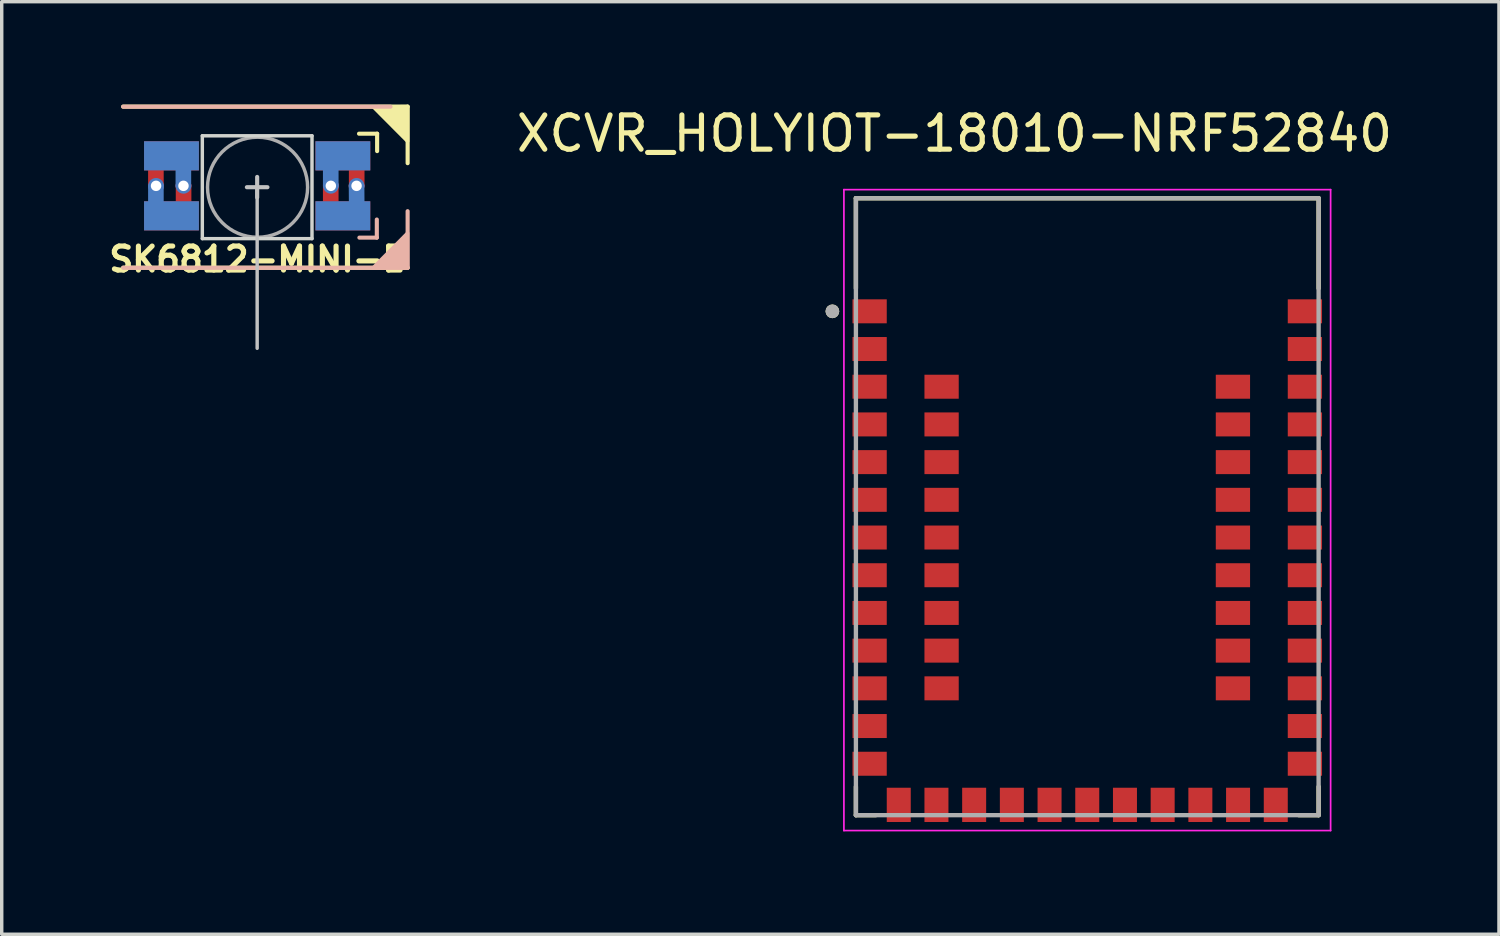
<source format=kicad_pcb>
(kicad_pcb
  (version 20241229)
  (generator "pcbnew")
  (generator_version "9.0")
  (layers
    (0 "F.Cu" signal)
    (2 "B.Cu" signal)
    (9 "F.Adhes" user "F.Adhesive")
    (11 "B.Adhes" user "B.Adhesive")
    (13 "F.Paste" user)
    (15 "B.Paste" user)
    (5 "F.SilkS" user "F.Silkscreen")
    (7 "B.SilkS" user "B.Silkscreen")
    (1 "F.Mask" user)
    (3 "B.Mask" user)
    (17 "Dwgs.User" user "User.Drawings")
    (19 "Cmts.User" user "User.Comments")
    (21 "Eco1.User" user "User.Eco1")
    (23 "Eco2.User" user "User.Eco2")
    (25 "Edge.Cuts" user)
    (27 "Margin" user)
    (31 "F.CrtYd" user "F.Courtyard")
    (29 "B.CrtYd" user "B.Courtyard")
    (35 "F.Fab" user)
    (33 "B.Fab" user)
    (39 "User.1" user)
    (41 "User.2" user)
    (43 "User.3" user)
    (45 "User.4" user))
  (footprint "XCVR_HOLYIOT-18010-NRF52840"
    (layer "F.Cu")
    (at 28.672 11.733)
    (property "Reference" "XCVR_HOLYIOT-18010-NRF52840" (at -3.875 -10.885 0) (layer "F.SilkS") (effects (font (size 1 1) (thickness 0.15))))
    (attr smd)
    (fp_line (start -6.75 -9) (end 6.75 -9) (stroke (width 0.127) (type solid)) (layer "F.SilkS"))
    (fp_line (start -6.75 -6.37) (end -6.75 -9) (stroke (width 0.127) (type solid)) (layer "F.SilkS"))
    (fp_line (start -6.75 9) (end -6.75 8.17) (stroke (width 0.127) (type solid)) (layer "F.SilkS"))
    (fp_line (start -6.17 9) (end -6.75 9) (stroke (width 0.127) (type solid)) (layer "F.SilkS"))
    (fp_line (start 6.75 -9) (end 6.75 -6.37) (stroke (width 0.127) (type solid)) (layer "F.SilkS"))
    (fp_line (start 6.75 9) (end 6.17 9) (stroke (width 0.127) (type solid)) (layer "F.SilkS"))
    (fp_line (start 6.75 9) (end 6.75 8.17) (stroke (width 0.127) (type solid)) (layer "F.SilkS"))
    (fp_circle (center -7.436 -5.7) (end -7.336 -5.7) (stroke (width 0.2) (type solid)) (fill no) (layer "F.SilkS"))
    (fp_line (start -7.1 -9.25) (end -7.1 9.45) (stroke (width 0.05) (type solid)) (layer "F.CrtYd"))
    (fp_line (start -7.1 9.45) (end 7.1 9.45) (stroke (width 0.05) (type solid)) (layer "F.CrtYd"))
    (fp_line (start 7.1 -9.25) (end -7.1 -9.25) (stroke (width 0.05) (type solid)) (layer "F.CrtYd"))
    (fp_line (start 7.1 9.45) (end 7.1 -9.25) (stroke (width 0.05) (type solid)) (layer "F.CrtYd"))
    (fp_line (start -6.75 -9) (end 6.75 -9) (stroke (width 0.127) (type solid)) (layer "F.Fab"))
    (fp_line (start -6.75 9) (end -6.75 -9) (stroke (width 0.127) (type solid)) (layer "F.Fab"))
    (fp_line (start 6.75 -9) (end 6.75 9) (stroke (width 0.127) (type solid)) (layer "F.Fab"))
    (fp_line (start 6.75 9) (end -6.75 9) (stroke (width 0.127) (type solid)) (layer "F.Fab"))
    (fp_circle (center -7.436 -5.7) (end -7.336 -5.7) (stroke (width 0.2) (type solid)) (fill no) (layer "F.Fab"))
    (pad "1" smd rect (at -6.35 -5.7) (size 1 0.7) (layers "F.Cu" "F.Mask" "F.Paste"))
    (pad "2" smd rect (at -6.35 -4.6) (size 1 0.7) (layers "F.Cu" "F.Mask" "F.Paste"))
    (pad "3" smd rect (at -6.35 -3.5) (size 1 0.7) (layers "F.Cu" "F.Mask" "F.Paste"))
    (pad "4" smd rect (at -6.35 -2.4) (size 1 0.7) (layers "F.Cu" "F.Mask" "F.Paste"))
    (pad "5" smd rect (at -6.35 -1.3) (size 1 0.7) (layers "F.Cu" "F.Mask" "F.Paste"))
    (pad "6" smd rect (at -6.35 -0.2) (size 1 0.7) (layers "F.Cu" "F.Mask" "F.Paste"))
    (pad "7" smd rect (at -6.35 0.9) (size 1 0.7) (layers "F.Cu" "F.Mask" "F.Paste"))
    (pad "8" smd rect (at -6.35 2) (size 1 0.7) (layers "F.Cu" "F.Mask" "F.Paste"))
    (pad "9" smd rect (at -6.35 3.1) (size 1 0.7) (layers "F.Cu" "F.Mask" "F.Paste"))
    (pad "10" smd rect (at -6.35 4.2) (size 1 0.7) (layers "F.Cu" "F.Mask" "F.Paste"))
    (pad "11" smd rect (at -6.35 5.3) (size 1 0.7) (layers "F.Cu" "F.Mask" "F.Paste"))
    (pad "12" smd rect (at -6.35 6.4) (size 1 0.7) (layers "F.Cu" "F.Mask" "F.Paste"))
    (pad "13" smd rect (at -6.35 7.5) (size 1 0.7) (layers "F.Cu" "F.Mask" "F.Paste"))
    (pad "14" smd rect (at -5.5 8.7) (size 0.7 1) (layers "F.Cu" "F.Mask" "F.Paste"))
    (pad "15" smd rect (at -4.4 8.7) (size 0.7 1) (layers "F.Cu" "F.Mask" "F.Paste"))
    (pad "16" smd rect (at -3.3 8.7) (size 0.7 1) (layers "F.Cu" "F.Mask" "F.Paste"))
    (pad "17" smd rect (at -2.2 8.7) (size 0.7 1) (layers "F.Cu" "F.Mask" "F.Paste"))
    (pad "18" smd rect (at -1.1 8.7) (size 0.7 1) (layers "F.Cu" "F.Mask" "F.Paste"))
    (pad "19" smd rect (at 0 8.7) (size 0.7 1) (layers "F.Cu" "F.Mask" "F.Paste"))
    (pad "20" smd rect (at 1.1 8.7) (size 0.7 1) (layers "F.Cu" "F.Mask" "F.Paste"))
    (pad "21" smd rect (at 2.2 8.7) (size 0.7 1) (layers "F.Cu" "F.Mask" "F.Paste"))
    (pad "22" smd rect (at 3.3 8.7) (size 0.7 1) (layers "F.Cu" "F.Mask" "F.Paste"))
    (pad "23" smd rect (at 4.4 8.7) (size 0.7 1) (layers "F.Cu" "F.Mask" "F.Paste"))
    (pad "24" smd rect (at 5.5 8.7) (size 0.7 1) (layers "F.Cu" "F.Mask" "F.Paste"))
    (pad "25" smd rect (at 6.35 7.5) (size 1 0.7) (layers "F.Cu" "F.Mask" "F.Paste"))
    (pad "26" smd rect (at 6.35 6.4) (size 1 0.7) (layers "F.Cu" "F.Mask" "F.Paste"))
    (pad "27" smd rect (at 6.35 5.3) (size 1 0.7) (layers "F.Cu" "F.Mask" "F.Paste"))
    (pad "28" smd rect (at 6.35 4.2) (size 1 0.7) (layers "F.Cu" "F.Mask" "F.Paste"))
    (pad "29" smd rect (at 6.35 3.1) (size 1 0.7) (layers "F.Cu" "F.Mask" "F.Paste"))
    (pad "30" smd rect (at 6.35 2) (size 1 0.7) (layers "F.Cu" "F.Mask" "F.Paste"))
    (pad "31" smd rect (at 6.35 0.9) (size 1 0.7) (layers "F.Cu" "F.Mask" "F.Paste"))
    (pad "32" smd rect (at 6.35 -0.2) (size 1 0.7) (layers "F.Cu" "F.Mask" "F.Paste"))
    (pad "33" smd rect (at 6.35 -1.3) (size 1 0.7) (layers "F.Cu" "F.Mask" "F.Paste"))
    (pad "34" smd rect (at 6.35 -2.4) (size 1 0.7) (layers "F.Cu" "F.Mask" "F.Paste"))
    (pad "35" smd rect (at 6.35 -3.5) (size 1 0.7) (layers "F.Cu" "F.Mask" "F.Paste"))
    (pad "36" smd rect (at 6.35 -4.6) (size 1 0.7) (layers "F.Cu" "F.Mask" "F.Paste"))
    (pad "37" smd rect (at 6.35 -5.7) (size 1 0.7) (layers "F.Cu" "F.Mask" "F.Paste"))
    (pad "38" smd rect (at -4.25 -3.5) (size 1 0.7) (layers "F.Cu" "F.Mask" "F.Paste"))
    (pad "39" smd rect (at -4.25 -2.4) (size 1 0.7) (layers "F.Cu" "F.Mask" "F.Paste"))
    (pad "40" smd rect (at -4.25 -1.3) (size 1 0.7) (layers "F.Cu" "F.Mask" "F.Paste"))
    (pad "41" smd rect (at -4.25 -0.2) (size 1 0.7) (layers "F.Cu" "F.Mask" "F.Paste"))
    (pad "42" smd rect (at -4.25 0.9) (size 1 0.7) (layers "F.Cu" "F.Mask" "F.Paste"))
    (pad "43" smd rect (at -4.25 2) (size 1 0.7) (layers "F.Cu" "F.Mask" "F.Paste"))
    (pad "44" smd rect (at -4.25 3.1) (size 1 0.7) (layers "F.Cu" "F.Mask" "F.Paste"))
    (pad "45" smd rect (at -4.25 4.2) (size 1 0.7) (layers "F.Cu" "F.Mask" "F.Paste"))
    (pad "46" smd rect (at -4.25 5.3) (size 1 0.7) (layers "F.Cu" "F.Mask" "F.Paste"))
    (pad "47" smd rect (at 4.25 -3.5) (size 1 0.7) (layers "F.Cu" "F.Mask" "F.Paste"))
    (pad "48" smd rect (at 4.25 -2.4) (size 1 0.7) (layers "F.Cu" "F.Mask" "F.Paste"))
    (pad "49" smd rect (at 4.25 -1.3) (size 1 0.7) (layers "F.Cu" "F.Mask" "F.Paste"))
    (pad "50" smd rect (at 4.25 -0.2) (size 1 0.7) (layers "F.Cu" "F.Mask" "F.Paste"))
    (pad "51" smd rect (at 4.25 0.9) (size 1 0.7) (layers "F.Cu" "F.Mask" "F.Paste"))
    (pad "52" smd rect (at 4.25 2) (size 1 0.7) (layers "F.Cu" "F.Mask" "F.Paste"))
    (pad "53" smd rect (at 4.25 3.1) (size 1 0.7) (layers "F.Cu" "F.Mask" "F.Paste"))
    (pad "54" smd rect (at 4.25 4.2) (size 1 0.7) (layers "F.Cu" "F.Mask" "F.Paste"))
    (pad "55" smd rect (at 4.25 5.3) (size 1 0.7) (layers "F.Cu" "F.Mask" "F.Paste"))
    (zone (net_name "") (layer "F.Cu") (hatch full 0.508) (connect_pads) (min_thickness 0.01) (filled_areas_thickness no) (keepout (tracks not_allowed) (vias not_allowed) (pads not_allowed) (copperpour not_allowed) (footprints allowed)) (placement (enabled no)) (fill) (polygon (pts (xy 21.872 2.733) (xy 35.472 2.733) (xy 35.472 5.683) (xy 21.872 5.683))))
    (zone (net_name "") (layers "F.Cu" "B.Cu") (hatch full 0.508) (connect_pads) (min_thickness 0.01) (filled_areas_thickness no) (keepout (tracks allowed) (vias not_allowed) (pads allowed) (copperpour allowed) (footprints allowed)) (placement (enabled no)) (fill) (polygon (pts (xy 21.872 2.733) (xy 35.472 2.733) (xy 35.472 5.683) (xy 21.872 5.683))))
    (zone (net_name "") (layer "B.Cu") (hatch full 0.508) (connect_pads) (min_thickness 0.01) (filled_areas_thickness no) (keepout (tracks not_allowed) (vias not_allowed) (pads not_allowed) (copperpour not_allowed) (footprints allowed)) (placement (enabled no)) (fill) (polygon (pts (xy 21.872 2.733) (xy 35.472 2.733) (xy 35.472 5.683) (xy 21.872 5.683)))))
  (footprint "SK6812-MINI-E"
    (layer "F.Cu")
    (at 4.455 7.113)
    (property "Reference" "SK6812-MINI-E" (at 0 -2.6 0) (unlocked yes) (layer "F.SilkS") (effects (font (size 0.7 0.7) (thickness 0.15))))
    (attr through_hole)
    (fp_poly (pts (xy -3.252 -5.991) (xy -1.752 -5.991) (xy -1.752 -5.241) (xy -3.252 -5.241)) (stroke (width 0.1) (type solid)) (fill yes) (layer "F.Mask"))
    (fp_poly (pts (xy -3.252 -4.241) (xy -1.752 -4.241) (xy -1.752 -3.491) (xy -3.252 -3.491)) (stroke (width 0.1) (type solid)) (fill yes) (layer "F.Mask"))
    (fp_poly (pts (xy 1.748 -4.241) (xy 3.248 -4.241) (xy 3.248 -3.491) (xy 1.748 -3.491)) (stroke (width 0.1) (type solid)) (fill yes) (layer "F.Mask"))
    (fp_poly (pts (xy 1.748 -5.991) (xy 2.848 -5.991) (xy 3.248 -5.591) (xy 3.248 -5.241) (xy 1.748 -5.241)) (stroke (width 0.1) (type solid)) (fill yes) (layer "F.Mask"))
    (fp_poly (pts (xy -3.252 -5.991) (xy -1.752 -5.991) (xy -1.752 -5.241) (xy -3.252 -5.241)) (stroke (width 0.1) (type solid)) (fill yes) (layer "B.Mask"))
    (fp_poly (pts (xy -3.252 -4.241) (xy -1.752 -4.241) (xy -1.752 -3.491) (xy -3.252 -3.491)) (stroke (width 0.1) (type solid)) (fill yes) (layer "B.Mask"))
    (fp_poly (pts (xy 1.748 -5.991) (xy 3.248 -5.991) (xy 3.248 -5.241) (xy 1.748 -5.241)) (stroke (width 0.1) (type solid)) (fill yes) (layer "B.Mask"))
    (fp_poly (pts (xy 1.748 -4.241) (xy 3.248 -4.241) (xy 3.248 -3.916) (xy 2.848 -3.491) (xy 1.748 -3.491)) (stroke (width 0.1) (type solid)) (fill yes) (layer "B.Mask"))
    (fp_line (start -3.912 -7.053) (end 4.388 -7.053) (stroke (width 0.12) (type solid)) (layer "F.SilkS"))
    (fp_line (start 3.498 -6.262) (end 2.97 -6.262) (stroke (width 0.12) (type solid)) (layer "F.SilkS"))
    (fp_line (start 3.498 -5.754) (end 3.498 -6.262) (stroke (width 0.12) (type solid)) (layer "F.SilkS"))
    (fp_line (start 4.388 -7.053) (end 4.388 -5.402) (stroke (width 0.12) (type solid)) (layer "F.SilkS"))
    (fp_line (start 4.388 -2.35) (end -3.912 -2.353) (stroke (width 0.12) (type solid)) (layer "F.SilkS"))
    (fp_poly (pts (xy 3.38 -7.05) (xy 4.388 -7.053) (xy 4.388 -6.037)) (stroke (width 0.1) (type solid)) (fill yes) (layer "F.SilkS"))
    (fp_line (start -3.912 -2.35) (end 4.388 -2.35) (stroke (width 0.12) (type solid)) (layer "B.SilkS"))
    (fp_line (start 2.981 -3.23) (end 3.489 -3.23) (stroke (width 0.12) (type solid)) (layer "B.SilkS"))
    (fp_line (start 3.489 -3.23) (end 3.489 -3.758) (stroke (width 0.12) (type solid)) (layer "B.SilkS"))
    (fp_line (start 3.888 -7.05) (end -3.912 -7.05) (stroke (width 0.12) (type solid)) (layer "B.SilkS"))
    (fp_line (start 4.388 -2.35) (end 4.388 -4.001) (stroke (width 0.12) (type solid)) (layer "B.SilkS"))
    (fp_poly (pts (xy 4.388 -3.366) (xy 4.388 -2.35) (xy 3.38 -2.35)) (stroke (width 0.1) (type solid)) (fill yes) (layer "B.SilkS"))
    (fp_line (start -0.302 -4.701) (end 0.298 -4.701) (stroke (width 0.12) (type solid)) (layer "Dwgs.User"))
    (fp_line (start -0.002 -4.701) (end -0.002 -0.001) (stroke (width 0.1) (type default)) (layer "Dwgs.User"))
    (fp_line (start -0.002 -4.401) (end -0.002 -5.001) (stroke (width 0.12) (type solid)) (layer "Dwgs.User"))
    (fp_line (start -1.602 -6.201) (end -1.602 -3.201) (stroke (width 0.1) (type solid)) (layer "Edge.Cuts"))
    (fp_line (start -1.602 -6.201) (end 1.598 -6.201) (stroke (width 0.1) (type solid)) (layer "Edge.Cuts"))
    (fp_line (start -1.602 -3.201) (end 1.598 -3.201) (stroke (width 0.1) (type solid)) (layer "Edge.Cuts"))
    (fp_line (start 1.598 -3.201) (end 1.598 -6.201) (stroke (width 0.1) (type solid)) (layer "Edge.Cuts"))
    (fp_circle (center 0.01 -4.7) (end 0.062 -6.159) (stroke (width 0.1) (type solid)) (fill no) (layer "F.Fab"))
    (pad "1" smd custom (at -2.502 -5.616) (size 1.6 0.85) (layers "B.Cu") (options (anchor rect)) (primitives (gr_poly (pts (xy 0.525 0.896) (xy 0.169 0.896) (xy 0.169 0.325) (xy 0.525 0.325)) (width 0.1) (fill yes))))
    (pad "1" smd custom (at -2.502 -3.866) (size 1.6 0.85) (layers "F.Cu") (options (anchor rect)) (primitives (gr_poly (pts (xy 0.531 -0.275) (xy 0.175 -0.275) (xy 0.175 -0.898) (xy 0.531 -0.898)) (width 0.1) (fill yes))))
    (pad "1" thru_hole circle (at -2.152 -4.741 180) (size 0.457 0.457) (drill 0.305) (layers "*.Cu"))
    (pad "2" thru_hole circle (at -2.952 -4.741 180) (size 0.457 0.457) (drill 0.305) (layers "*.Cu"))
    (pad "2" smd custom (at -2.502 -5.616 180) (size 1.6 0.85) (layers "F.Cu") (options (anchor rect)) (primitives (gr_poly (pts (xy 0.632 -0.296) (xy 0.277 -0.296) (xy 0.277 -0.869) (xy 0.632 -0.869)) (width 0.1) (fill yes))))
    (pad "2" smd custom (at -2.502 -3.866 180) (size 1.6 0.85) (layers "B.Cu") (options (anchor rect)) (primitives (gr_poly (pts (xy 0.632 0.888) (xy 0.277 0.888) (xy 0.277 0.325) (xy 0.632 0.325)) (width 0.1) (fill yes))))
    (pad "3" smd custom (at 2.498 -5.616 180) (size 1.6 0.85) (layers "F.Cu") (options (anchor rect)) (primitives (gr_poly (pts (xy -0.226 -0.354) (xy -0.582 -0.354) (xy -0.582 -0.887) (xy -0.226 -0.887)) (width 0.1) (fill yes))))
    (pad "3" smd custom (at 2.498 -3.866 180) (size 1.6 0.85) (layers "B.Cu") (options (anchor rect)) (primitives (gr_poly (pts (xy -0.222 0.888) (xy -0.578 0.888) (xy -0.582 0.325) (xy -0.226 0.325)) (width 0.1) (fill yes))))
    (pad "3" thru_hole circle (at 2.898 -4.741 180) (size 0.457 0.457) (drill 0.305) (layers "*.Cu"))
    (pad "4" thru_hole circle (at 2.148 -4.741 180) (size 0.457 0.457) (drill 0.305) (layers "*.Cu"))
    (pad "4" smd custom (at 2.498 -5.616) (size 1.6 0.85) (layers "B.Cu") (options (anchor rect)) (primitives (gr_poly (pts (xy -0.175 0.886) (xy -0.531 0.886) (xy -0.531 0.175) (xy -0.175 0.175)) (width 0.1) (fill yes))))
    (pad "4" smd custom (at 2.498 -3.866) (size 1.6 0.85) (layers "F.Cu") (options (anchor rect)) (primitives (gr_poly (pts (xy -0.175 -0.175) (xy -0.531 -0.178) (xy -0.531 -0.903) (xy -0.175 -0.906)) (width 0.1) (fill yes)))))
  (gr_rect
    (start -3 -3)
    (end 40.684 24.208)
    (stroke (width 0.1) (type default))
    (fill no)
    (layer "Edge.Cuts")))
</source>
